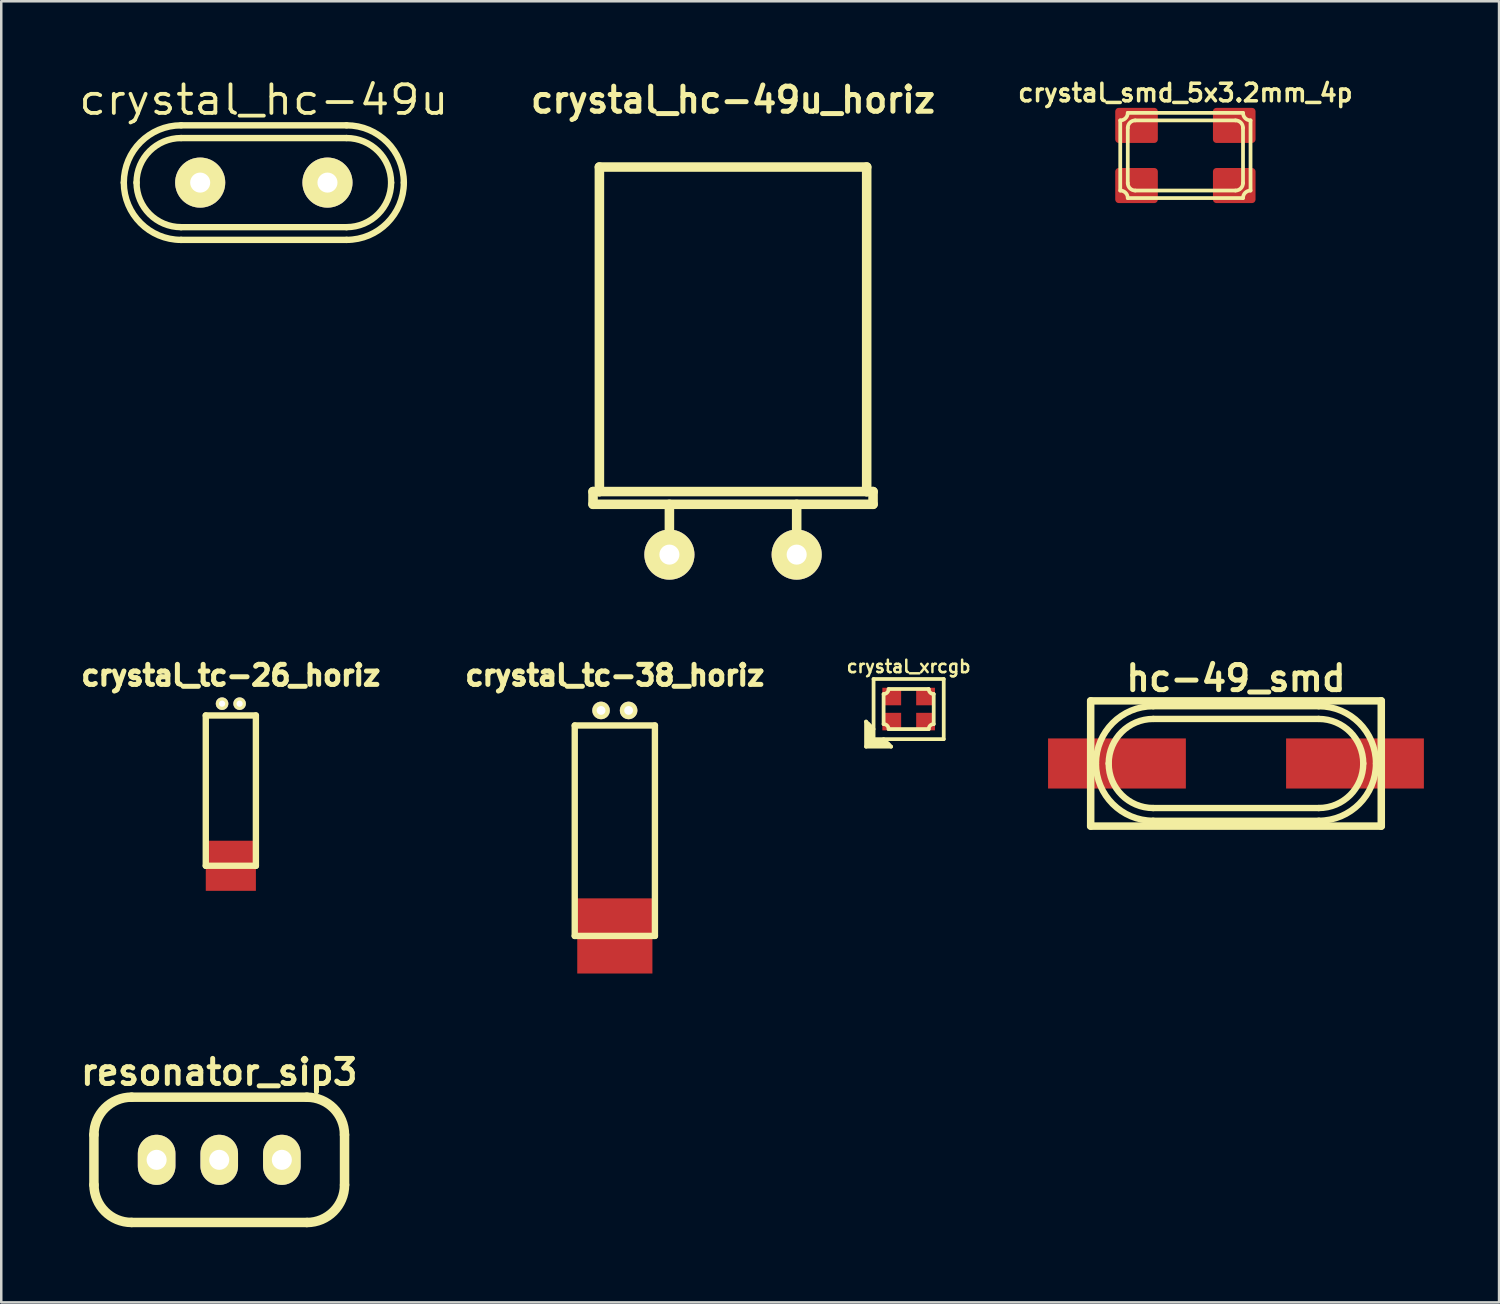
<source format=kicad_pcb>
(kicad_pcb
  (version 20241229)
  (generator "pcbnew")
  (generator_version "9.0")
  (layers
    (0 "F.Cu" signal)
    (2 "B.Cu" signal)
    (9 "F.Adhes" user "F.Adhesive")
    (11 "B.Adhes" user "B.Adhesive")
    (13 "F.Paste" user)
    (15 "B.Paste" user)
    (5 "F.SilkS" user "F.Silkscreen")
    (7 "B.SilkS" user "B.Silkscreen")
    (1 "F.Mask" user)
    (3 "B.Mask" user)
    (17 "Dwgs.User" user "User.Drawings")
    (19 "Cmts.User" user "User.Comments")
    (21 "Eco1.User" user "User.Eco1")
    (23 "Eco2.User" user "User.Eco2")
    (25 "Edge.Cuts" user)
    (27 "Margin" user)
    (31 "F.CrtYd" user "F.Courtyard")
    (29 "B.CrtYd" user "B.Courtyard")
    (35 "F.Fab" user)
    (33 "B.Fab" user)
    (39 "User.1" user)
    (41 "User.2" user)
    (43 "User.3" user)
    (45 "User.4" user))
  (footprint "crystal_hc-49u"
    (layer "F.Cu")
    (at 7.48 4.238)
    (property "Reference" "crystal_hc-49u" (at 0 -3.302 0) (layer "F.SilkS") (effects (font (size 1.143 1.27) (thickness 0.152))))
    (attr through_hole)
    (fp_line (start -3.302 -2.286) (end 3.302 -2.286) (stroke (width 0.254) (type solid)) (layer "F.SilkS"))
    (fp_line (start -3.302 1.778) (end 3.302 1.778) (stroke (width 0.254) (type solid)) (layer "F.SilkS"))
    (fp_line (start 3.302 -1.778) (end -3.302 -1.778) (stroke (width 0.254) (type solid)) (layer "F.SilkS"))
    (fp_line (start 3.302 2.286) (end -3.302 2.286) (stroke (width 0.254) (type solid)) (layer "F.SilkS"))
    (fp_arc (start -5.588 0) (mid -4.918446 -1.616446) (end -3.302 -2.286) (stroke (width 0.254) (type solid)) (layer "F.SilkS"))
    (fp_arc (start -5.08 0) (mid -4.559236 -1.257236) (end -3.302 -1.778) (stroke (width 0.254) (type solid)) (layer "F.SilkS"))
    (fp_arc (start -3.302 1.778) (mid -4.559236 1.257236) (end -5.08 0) (stroke (width 0.254) (type solid)) (layer "F.SilkS"))
    (fp_arc (start -3.302 2.286) (mid -4.918446 1.616446) (end -5.588 0) (stroke (width 0.254) (type solid)) (layer "F.SilkS"))
    (fp_arc (start 3.302 -2.286) (mid 4.918446 -1.616446) (end 5.588 0) (stroke (width 0.254) (type solid)) (layer "F.SilkS"))
    (fp_arc (start 3.302 -1.778) (mid 4.559236 -1.257236) (end 5.08 0) (stroke (width 0.254) (type solid)) (layer "F.SilkS"))
    (fp_arc (start 5.08 0) (mid 4.559236 1.257236) (end 3.302 1.778) (stroke (width 0.254) (type solid)) (layer "F.SilkS"))
    (fp_arc (start 5.588 0) (mid 4.918446 1.616446) (end 3.302 2.286) (stroke (width 0.254) (type solid)) (layer "F.SilkS"))
    (pad "1" thru_hole circle (at -2.54 0) (size 1.999 1.999) (drill 0.8) (layers "*.Cu" "*.Mask" "F.SilkS"))
    (pad "2" thru_hole circle (at 2.54 0) (size 1.999 1.999) (drill 0.8) (layers "*.Cu" "*.Mask" "F.SilkS")))
  (footprint "crystal_tc-26_horiz"
    (layer "F.Cu")
    (at 6.163 28.205)
    (property "Reference" "crystal_tc-26_horiz" (at 0 -4.3 0) (layer "F.SilkS") (effects (font (size 0.8 0.8) (thickness 0.2))))
    (attr through_hole)
    (fp_line (start -1 -2.7) (end -1 3.3) (stroke (width 0.254) (type solid)) (layer "F.SilkS"))
    (fp_line (start -1 -2.7) (end 1 -2.7) (stroke (width 0.254) (type solid)) (layer "F.SilkS"))
    (fp_line (start -1 3.3) (end 1 3.3) (stroke (width 0.254) (type solid)) (layer "F.SilkS"))
    (fp_line (start 1 -2.7) (end 1 3.3) (stroke (width 0.254) (type solid)) (layer "F.SilkS"))
    (pad "" smd rect (at 0 3.3) (size 2 2) (layers "F.Cu" "F.Mask" "F.Paste"))
    (pad "1" thru_hole oval (at -0.35 -3.17) (size 0.5 0.5) (drill 0.25) (layers "*.Cu" "*.Mask" "F.SilkS"))
    (pad "2" thru_hole oval (at 0.35 -3.17) (size 0.5 0.5) (drill 0.25) (layers "*.Cu" "*.Mask" "F.SilkS")))
  (footprint "hc-49_smd"
    (layer "F.Cu")
    (at 46.28 27.422)
    (property "Reference" "hc-49_smd" (at 0 -3.4 0) (layer "F.SilkS") (effects (font (size 1 1) (thickness 0.2))))
    (attr smd)
    (fp_line (start -5.799 -2.499) (end -5.799 2.499) (stroke (width 0.3) (type solid)) (layer "F.SilkS"))
    (fp_line (start -5.799 2.499) (end 5.799 2.499) (stroke (width 0.3) (type solid)) (layer "F.SilkS"))
    (fp_line (start -3.302 -2.286) (end 3.302 -2.286) (stroke (width 0.254) (type solid)) (layer "F.SilkS"))
    (fp_line (start -3.302 1.778) (end 3.302 1.778) (stroke (width 0.254) (type solid)) (layer "F.SilkS"))
    (fp_line (start 3.302 -1.778) (end -3.302 -1.778) (stroke (width 0.254) (type solid)) (layer "F.SilkS"))
    (fp_line (start 3.302 2.286) (end -3.302 2.286) (stroke (width 0.254) (type solid)) (layer "F.SilkS"))
    (fp_line (start 5.799 -2.499) (end -5.799 -2.499) (stroke (width 0.3) (type solid)) (layer "F.SilkS"))
    (fp_line (start 5.799 2.499) (end 5.799 -2.499) (stroke (width 0.3) (type solid)) (layer "F.SilkS"))
    (fp_arc (start -5.588 0) (mid -4.918446 -1.616446) (end -3.302 -2.286) (stroke (width 0.254) (type solid)) (layer "F.SilkS"))
    (fp_arc (start -5.08 0) (mid -4.559236 -1.257236) (end -3.302 -1.778) (stroke (width 0.254) (type solid)) (layer "F.SilkS"))
    (fp_arc (start -3.302 1.778) (mid -4.559236 1.257236) (end -5.08 0) (stroke (width 0.254) (type solid)) (layer "F.SilkS"))
    (fp_arc (start -3.302 2.286) (mid -4.918446 1.616446) (end -5.588 0) (stroke (width 0.254) (type solid)) (layer "F.SilkS"))
    (fp_arc (start 3.302 -2.286) (mid 4.918446 -1.616446) (end 5.588 0) (stroke (width 0.254) (type solid)) (layer "F.SilkS"))
    (fp_arc (start 3.302 -1.778) (mid 4.559236 -1.257236) (end 5.08 0) (stroke (width 0.254) (type solid)) (layer "F.SilkS"))
    (fp_arc (start 5.08 0) (mid 4.559236 1.257236) (end 3.302 1.778) (stroke (width 0.254) (type solid)) (layer "F.SilkS"))
    (fp_arc (start 5.588 0) (mid 4.918446 1.616446) (end 3.302 2.286) (stroke (width 0.254) (type solid)) (layer "F.SilkS"))
    (pad "1" smd rect (at -4.75 0) (size 5.5 2) (layers "F.Cu" "F.Mask" "F.Paste"))
    (pad "2" smd rect (at 4.75 0) (size 5.5 2) (layers "F.Cu" "F.Mask" "F.Paste")))
  (footprint "crystal_tc-38_horiz"
    (layer "F.Cu")
    (at 21.489 29.705)
    (property "Reference" "crystal_tc-38_horiz" (at 0 -5.8 0) (layer "F.SilkS") (effects (font (size 0.8 0.8) (thickness 0.2))))
    (attr through_hole)
    (fp_line (start -1.6 -3.8) (end -1.6 4.6) (stroke (width 0.254) (type solid)) (layer "F.SilkS"))
    (fp_line (start -1.6 -3.8) (end 1.6 -3.8) (stroke (width 0.254) (type solid)) (layer "F.SilkS"))
    (fp_line (start -1.6 4.6) (end 1.6 4.6) (stroke (width 0.254) (type solid)) (layer "F.SilkS"))
    (fp_line (start 1.6 -3.8) (end 1.6 4.6) (stroke (width 0.254) (type solid)) (layer "F.SilkS"))
    (pad "" smd rect (at 0 4.6) (size 3 3) (layers "F.Cu" "F.Mask" "F.Paste"))
    (pad "1" thru_hole circle (at -0.55 -4.4) (size 0.7 0.7) (drill 0.35) (layers "*.Cu" "*.Mask" "F.SilkS"))
    (pad "2" thru_hole circle (at 0.55 -4.4) (size 0.7 0.7) (drill 0.35) (layers "*.Cu" "*.Mask" "F.SilkS")))
  (footprint "crystal_xrcgb"
    (layer "F.Cu")
    (at 33.216 25.25)
    (property "Reference" "crystal_xrcgb" (at 0 -1.699 0) (layer "F.SilkS") (effects (font (size 0.498 0.498) (thickness 0.099))))
    (attr smd)
    (fp_line (start -1.7 0.5) (end -1.4 0.8) (stroke (width 0.15) (type solid)) (layer "F.SilkS"))
    (fp_line (start -1.7 1.5) (end -1.7 0.5) (stroke (width 0.15) (type solid)) (layer "F.SilkS"))
    (fp_line (start -1.6 0.6) (end -1.6 1.4) (stroke (width 0.15) (type solid)) (layer "F.SilkS"))
    (fp_line (start -1.6 1.4) (end -0.8 1.4) (stroke (width 0.15) (type solid)) (layer "F.SilkS"))
    (fp_line (start -1.5 1.3) (end -1.5 0.7) (stroke (width 0.15) (type solid)) (layer "F.SilkS"))
    (fp_line (start -1.5 1.3) (end -0.9 1.3) (stroke (width 0.15) (type solid)) (layer "F.SilkS"))
    (fp_line (start -1.4 -1.2) (end 1.4 -1.2) (stroke (width 0.15) (type solid)) (layer "F.SilkS"))
    (fp_line (start -1.4 1.2) (end -1.4 -1.2) (stroke (width 0.15) (type solid)) (layer "F.SilkS"))
    (fp_line (start -1 -0.6) (end -1 0.6) (stroke (width 0.15) (type solid)) (layer "F.SilkS"))
    (fp_line (start -0.8 0.8) (end 0.8 0.8) (stroke (width 0.15) (type solid)) (layer "F.SilkS"))
    (fp_line (start -0.7 1.5) (end -1.7 1.5) (stroke (width 0.15) (type solid)) (layer "F.SilkS"))
    (fp_line (start -0.7 1.5) (end -1 1.2) (stroke (width 0.15) (type solid)) (layer "F.SilkS"))
    (fp_line (start 0.8 -0.8) (end -0.8 -0.8) (stroke (width 0.15) (type solid)) (layer "F.SilkS"))
    (fp_line (start 1 0.6) (end 1 -0.6) (stroke (width 0.15) (type solid)) (layer "F.SilkS"))
    (fp_line (start 1.4 -1.2) (end 1.4 1.2) (stroke (width 0.15) (type solid)) (layer "F.SilkS"))
    (fp_line (start 1.4 1.2) (end -1.4 1.2) (stroke (width 0.15) (type solid)) (layer "F.SilkS"))
    (fp_arc (start -1 0.6) (mid -0.858579 0.658579) (end -0.8 0.8) (stroke (width 0.15) (type solid)) (layer "F.SilkS"))
    (fp_arc (start -0.8 -0.8) (mid -0.858579 -0.658579) (end -1 -0.6) (stroke (width 0.15) (type solid)) (layer "F.SilkS"))
    (fp_arc (start 0.8 0.8) (mid 0.858579 0.658579) (end 1 0.6) (stroke (width 0.15) (type solid)) (layer "F.SilkS"))
    (fp_arc (start 1 -0.6) (mid 0.858579 -0.658579) (end 0.8 -0.8) (stroke (width 0.15) (type solid)) (layer "F.SilkS"))
    (pad "1" smd rect (at -0.675 0.5) (size 0.75 0.7) (layers "F.Cu" "F.Mask" "F.Paste"))
    (pad "2" smd rect (at -0.675 -0.5) (size 0.75 0.7) (layers "F.Cu" "F.Mask" "F.Paste"))
    (pad "2" smd rect (at 0.675 0.5) (size 0.75 0.7) (layers "F.Cu" "F.Mask" "F.Paste"))
    (pad "3" smd rect (at 0.675 -0.5) (size 0.75 0.7) (layers "F.Cu" "F.Mask" "F.Paste")))
  (footprint "crystal_smd_5x3.2mm_4p"
    (layer "F.Cu")
    (at 44.261 3.155)
    (property "Reference" "crystal_smd_5x3.2mm_4p" (at 0 -2.5 0) (layer "F.SilkS") (effects (font (size 0.7 0.7) (thickness 0.14))))
    (attr smd)
    (fp_line (start -2.6 1.4) (end -2.6 -1.4) (stroke (width 0.15) (type solid)) (layer "F.SilkS"))
    (fp_line (start -2.3 -1.7) (end 2.3 -1.7) (stroke (width 0.15) (type solid)) (layer "F.SilkS"))
    (fp_line (start -2.3 -1.1) (end -2.3 1.1) (stroke (width 0.15) (type solid)) (layer "F.SilkS"))
    (fp_line (start -2.3 1.7) (end 2.3 1.7) (stroke (width 0.15) (type solid)) (layer "F.SilkS"))
    (fp_line (start -2 1.4) (end 2 1.4) (stroke (width 0.15) (type solid)) (layer "F.SilkS"))
    (fp_line (start 2 -1.4) (end -2 -1.4) (stroke (width 0.15) (type solid)) (layer "F.SilkS"))
    (fp_line (start 2.3 1.1) (end 2.3 -1.1) (stroke (width 0.15) (type solid)) (layer "F.SilkS"))
    (fp_line (start 2.6 1.4) (end 2.6 -1.4) (stroke (width 0.15) (type solid)) (layer "F.SilkS"))
    (fp_arc (start -2.6 1.4) (mid -2.387868 1.487868) (end -2.3 1.7) (stroke (width 0.15) (type solid)) (layer "F.SilkS"))
    (fp_arc (start -2.3 -1.7) (mid -2.387868 -1.487868) (end -2.6 -1.4) (stroke (width 0.15) (type solid)) (layer "F.SilkS"))
    (fp_arc (start -2.3 -1.1) (mid -2.212132 -1.312132) (end -2 -1.4) (stroke (width 0.15) (type solid)) (layer "F.SilkS"))
    (fp_arc (start -2 1.4) (mid -2.212132 1.312132) (end -2.3 1.1) (stroke (width 0.15) (type solid)) (layer "F.SilkS"))
    (fp_arc (start 2 -1.4) (mid 2.212132 -1.312132) (end 2.3 -1.1) (stroke (width 0.15) (type solid)) (layer "F.SilkS"))
    (fp_arc (start 2.3 1.1) (mid 2.212132 1.312132) (end 2 1.4) (stroke (width 0.15) (type solid)) (layer "F.SilkS"))
    (fp_arc (start 2.3 1.7) (mid 2.387868 1.487868) (end 2.6 1.4) (stroke (width 0.15) (type solid)) (layer "F.SilkS"))
    (fp_arc (start 2.6 -1.4) (mid 2.387868 -1.487868) (end 2.3 -1.7) (stroke (width 0.15) (type solid)) (layer "F.SilkS"))
    (pad "1" smd roundrect (at -1.95 1.2) (size 1.7 1.4) (layers "F.Cu" "F.Mask" "F.Paste") (roundrect_rratio 0.1))
    (pad "2" smd roundrect (at 1.95 1.2) (size 1.7 1.4) (layers "F.Cu" "F.Mask" "F.Paste") (roundrect_rratio 0.1))
    (pad "3" smd roundrect (at 1.95 -1.2) (size 1.7 1.4) (layers "F.Cu" "F.Mask" "F.Paste") (roundrect_rratio 0.1))
    (pad "4" smd roundrect (at -1.95 -1.2) (size 1.7 1.4) (layers "F.Cu" "F.Mask" "F.Paste") (roundrect_rratio 0.1)))
  (footprint "resonator_sip3"
    (layer "F.Cu")
    (at 5.7 43.241)
    (property "Reference" "resonator_sip3" (at 0 -3.5 0) (layer "F.SilkS") (effects (font (size 1 1) (thickness 0.2))))
    (attr through_hole)
    (fp_line (start -5.001 1.001) (end -5.001 -1.001) (stroke (width 0.378) (type solid)) (layer "F.SilkS"))
    (fp_line (start -3.5 -2.499) (end 3.5 -2.499) (stroke (width 0.378) (type solid)) (layer "F.SilkS"))
    (fp_line (start 3.5 2.499) (end -3.5 2.499) (stroke (width 0.378) (type solid)) (layer "F.SilkS"))
    (fp_line (start 5.001 -1.001) (end 5.001 1.001) (stroke (width 0.378) (type solid)) (layer "F.SilkS"))
    (fp_arc (start -5.00126 -1.00076) (mid -4.561586 -2.062226) (end -3.50012 -2.5019) (stroke (width 0.37846) (type solid)) (layer "F.SilkS"))
    (fp_arc (start -3.50012 2.49936) (mid -4.55979 2.06043) (end -4.99872 1.00076) (stroke (width 0.37846) (type solid)) (layer "F.SilkS"))
    (fp_arc (start 3.50012 -2.49936) (mid 4.55979 -2.06043) (end 4.99872 -1.00076) (stroke (width 0.37846) (type solid)) (layer "F.SilkS"))
    (fp_arc (start 5.00126 1.00076) (mid 4.561586 2.062226) (end 3.50012 2.5019) (stroke (width 0.37846) (type solid)) (layer "F.SilkS"))
    (pad "1" thru_hole oval (at -2.499 0) (size 1.5 2) (drill 0.8) (layers "*.Cu" "*.Mask" "F.SilkS"))
    (pad "2" thru_hole oval (at 0 0) (size 1.5 2) (drill 0.8) (layers "*.Cu" "*.Mask" "F.SilkS"))
    (pad "3" thru_hole oval (at 2.499 0) (size 1.5 2) (drill 0.8) (layers "*.Cu" "*.Mask" "F.SilkS")))
  (footprint "crystal_hc-49u_horiz"
    (layer "F.Cu")
    (at 26.207 11.236)
    (property "Reference" "crystal_hc-49u_horiz" (at 0 -10.3 0) (layer "F.SilkS") (effects (font (size 1 1) (thickness 0.2))))
    (attr through_hole)
    (fp_line (start -5.588 5.334) (end -5.334 5.334) (stroke (width 0.381) (type solid)) (layer "F.SilkS"))
    (fp_line (start -5.588 5.842) (end -5.588 5.334) (stroke (width 0.381) (type solid)) (layer "F.SilkS"))
    (fp_line (start -5.334 -7.62) (end 5.334 -7.62) (stroke (width 0.381) (type solid)) (layer "F.SilkS"))
    (fp_line (start -5.334 5.334) (end -5.334 -7.62) (stroke (width 0.381) (type solid)) (layer "F.SilkS"))
    (fp_line (start -2.54 7.874) (end -2.54 5.842) (stroke (width 0.381) (type solid)) (layer "F.SilkS"))
    (fp_line (start 2.54 7.874) (end 2.54 5.842) (stroke (width 0.381) (type solid)) (layer "F.SilkS"))
    (fp_line (start 5.334 -7.62) (end 5.334 5.334) (stroke (width 0.381) (type solid)) (layer "F.SilkS"))
    (fp_line (start 5.334 5.334) (end -5.334 5.334) (stroke (width 0.381) (type solid)) (layer "F.SilkS"))
    (fp_line (start 5.334 5.334) (end 5.588 5.334) (stroke (width 0.381) (type solid)) (layer "F.SilkS"))
    (fp_line (start 5.588 5.334) (end 5.588 5.842) (stroke (width 0.381) (type solid)) (layer "F.SilkS"))
    (fp_line (start 5.588 5.842) (end -5.588 5.842) (stroke (width 0.381) (type solid)) (layer "F.SilkS"))
    (pad "1" thru_hole circle (at -2.54 7.85) (size 2 2) (drill 0.8) (layers "*.Cu" "*.Mask" "F.SilkS"))
    (pad "2" thru_hole circle (at 2.54 7.85) (size 2 2) (drill 0.8) (layers "*.Cu" "*.Mask" "F.SilkS")))
  (gr_rect
    (start -3 -3)
    (end 56.78 48.932)
    (stroke (width 0.1) (type default))
    (fill no)
    (layer "Edge.Cuts")))
</source>
